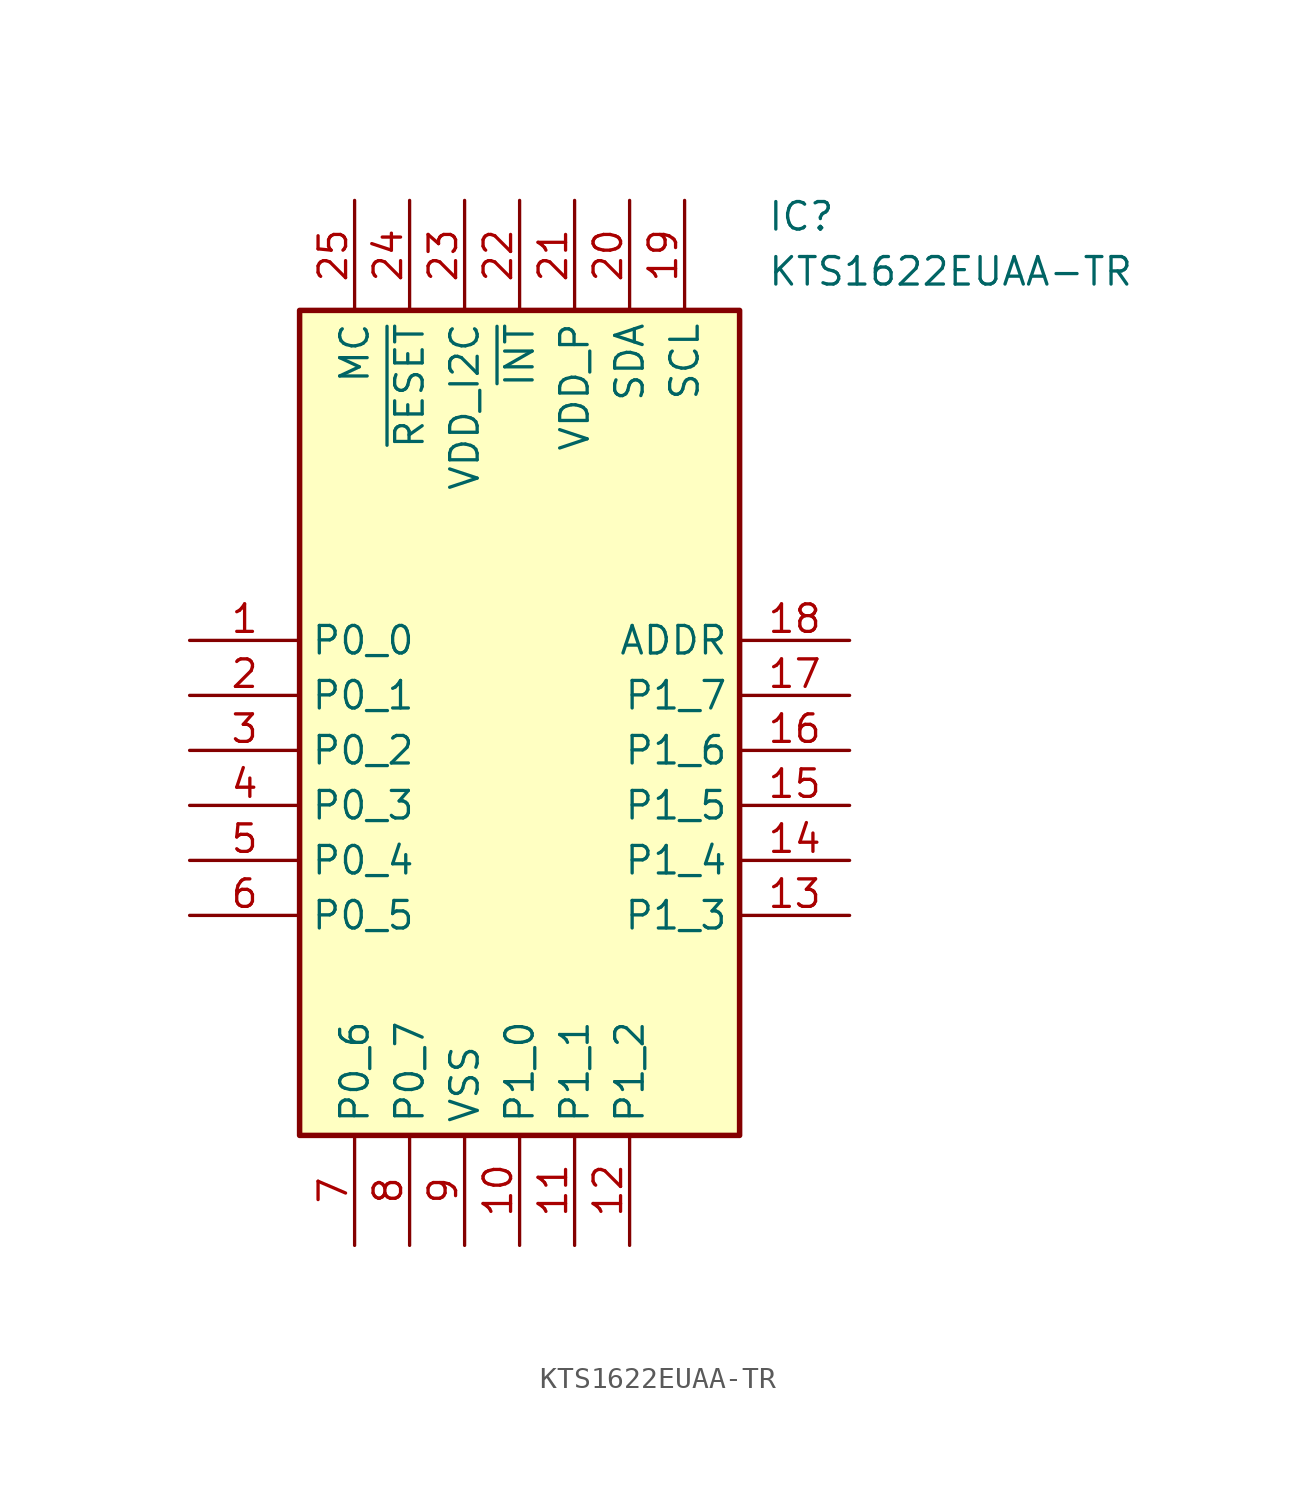
<source format=kicad_sym>
(kicad_symbol_lib
  (version 20211014)
  (generator SamacSys_ECAD_Model)
  (symbol "KTS1622EUAA-TR"
    (property "Reference" "IC"
      (at 26.67 20.32 0)
      (effects (font (size 1.27 1.27)) (justify left top)))
    (property "Value" "KTS1622EUAA-TR"
      (at 26.67 17.78 0)
      (effects (font (size 1.27 1.27)) (justify left top)))
    (rectangle
      (start 5.08 15.24)
      (end 25.4 -22.86)
      (stroke (width 0.254) (type default))
      (fill (type background)))
    (pin passive line
      (at 0 0 0)
      (length 5.08)
      (name "P0_0" (effects (font (size 1.27 1.27))))
      (number "1" (effects (font (size 1.27 1.27)))))
    (pin passive line
      (at 0 -2.54 0)
      (length 5.08)
      (name "P0_1" (effects (font (size 1.27 1.27))))
      (number "2" (effects (font (size 1.27 1.27)))))
    (pin passive line
      (at 0 -5.08 0)
      (length 5.08)
      (name "P0_2" (effects (font (size 1.27 1.27))))
      (number "3" (effects (font (size 1.27 1.27)))))
    (pin passive line
      (at 0 -7.62 0)
      (length 5.08)
      (name "P0_3" (effects (font (size 1.27 1.27))))
      (number "4" (effects (font (size 1.27 1.27)))))
    (pin passive line
      (at 0 -10.16 0)
      (length 5.08)
      (name "P0_4" (effects (font (size 1.27 1.27))))
      (number "5" (effects (font (size 1.27 1.27)))))
    (pin passive line
      (at 0 -12.7 0)
      (length 5.08)
      (name "P0_5" (effects (font (size 1.27 1.27))))
      (number "6" (effects (font (size 1.27 1.27)))))
    (pin passive line
      (at 7.62 -27.94 90)
      (length 5.08)
      (name "P0_6" (effects (font (size 1.27 1.27))))
      (number "7" (effects (font (size 1.27 1.27)))))
    (pin passive line
      (at 10.16 -27.94 90)
      (length 5.08)
      (name "P0_7" (effects (font (size 1.27 1.27))))
      (number "8" (effects (font (size 1.27 1.27)))))
    (pin passive line
      (at 12.7 -27.94 90)
      (length 5.08)
      (name "VSS" (effects (font (size 1.27 1.27))))
      (number "9" (effects (font (size 1.27 1.27)))))
    (pin passive line
      (at 15.24 -27.94 90)
      (length 5.08)
      (name "P1_0" (effects (font (size 1.27 1.27))))
      (number "10" (effects (font (size 1.27 1.27)))))
    (pin passive line
      (at 17.78 -27.94 90)
      (length 5.08)
      (name "P1_1" (effects (font (size 1.27 1.27))))
      (number "11" (effects (font (size 1.27 1.27)))))
    (pin passive line
      (at 20.32 -27.94 90)
      (length 5.08)
      (name "P1_2" (effects (font (size 1.27 1.27))))
      (number "12" (effects (font (size 1.27 1.27)))))
    (pin passive line
      (at 30.48 0 180)
      (length 5.08)
      (name "ADDR" (effects (font (size 1.27 1.27))))
      (number "18" (effects (font (size 1.27 1.27)))))
    (pin passive line
      (at 30.48 -2.54 180)
      (length 5.08)
      (name "P1_7" (effects (font (size 1.27 1.27))))
      (number "17" (effects (font (size 1.27 1.27)))))
    (pin passive line
      (at 30.48 -5.08 180)
      (length 5.08)
      (name "P1_6" (effects (font (size 1.27 1.27))))
      (number "16" (effects (font (size 1.27 1.27)))))
    (pin passive line
      (at 30.48 -7.62 180)
      (length 5.08)
      (name "P1_5" (effects (font (size 1.27 1.27))))
      (number "15" (effects (font (size 1.27 1.27)))))
    (pin passive line
      (at 30.48 -10.16 180)
      (length 5.08)
      (name "P1_4" (effects (font (size 1.27 1.27))))
      (number "14" (effects (font (size 1.27 1.27)))))
    (pin passive line
      (at 30.48 -12.7 180)
      (length 5.08)
      (name "P1_3" (effects (font (size 1.27 1.27))))
      (number "13" (effects (font (size 1.27 1.27)))))
    (pin passive line
      (at 7.62 20.32 270)
      (length 5.08)
      (name "MC" (effects (font (size 1.27 1.27))))
      (number "25" (effects (font (size 1.27 1.27)))))
    (pin passive line
      (at 10.16 20.32 270)
      (length 5.08)
      (name "~{RESET}" (effects (font (size 1.27 1.27))))
      (number "24" (effects (font (size 1.27 1.27)))))
    (pin passive line
      (at 12.7 20.32 270)
      (length 5.08)
      (name "VDD_I2C" (effects (font (size 1.27 1.27))))
      (number "23" (effects (font (size 1.27 1.27)))))
    (pin passive line
      (at 15.24 20.32 270)
      (length 5.08)
      (name "~{INT}" (effects (font (size 1.27 1.27))))
      (number "22" (effects (font (size 1.27 1.27)))))
    (pin passive line
      (at 17.78 20.32 270)
      (length 5.08)
      (name "VDD_P" (effects (font (size 1.27 1.27))))
      (number "21" (effects (font (size 1.27 1.27)))))
    (pin passive line
      (at 20.32 20.32 270)
      (length 5.08)
      (name "SDA" (effects (font (size 1.27 1.27))))
      (number "20" (effects (font (size 1.27 1.27)))))
    (pin passive line
      (at 22.86 20.32 270)
      (length 5.08)
      (name "SCL" (effects (font (size 1.27 1.27))))
      (number "19" (effects (font (size 1.27 1.27)))))))
</source>
